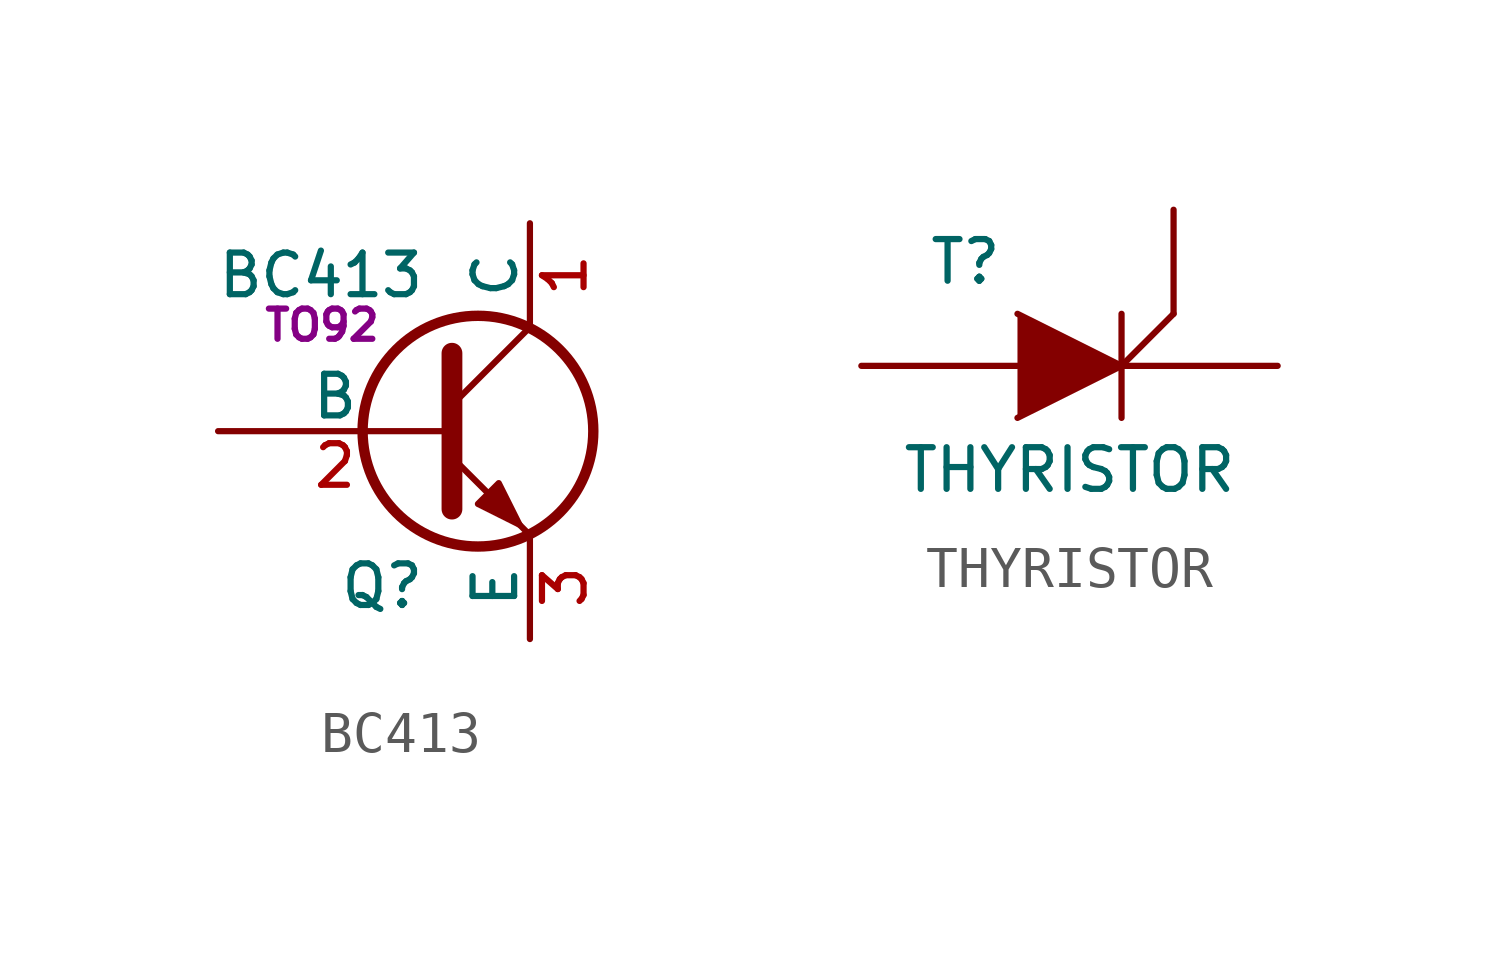
<source format=kicad_sym>
(kicad_symbol_lib
  (version 20241209)
  (generator "kicad_symbol_editor")
  (generator_version "9.0")
  (symbol "BC413"
    (pin_names
      (offset 0))
    (property "Reference" "Q"
      (at 0 -3.785 0)
      (effects (font (size 1.016 1.016)) (justify right)))
    (property "Value" "BC413"
      (at 0 3.81 0)
      (effects (font (size 1.016 1.016)) (justify right)))
    (property "Footprint" "TO92"
      (at -2.54 2.591 0)
      (effects (font (size 0.737 0.737))))
    (property "Datasheet" ""
      (at 0 0 0)
      (effects (font (size 1.524 1.524))))
    (symbol "BC413_0_1"
      (polyline (pts (xy 0.635 1.905) (xy 0.635 -1.905) (xy 0.635 -1.905)) (stroke (width 0.508) (type solid)) (fill (type none)))
      (polyline (pts (xy 0.635 0.635) (xy 2.54 2.54)) (stroke (width 0) (type solid)) (fill (type none)))
      (polyline (pts (xy 0.635 -0.635) (xy 2.54 -2.54) (xy 2.54 -2.54)) (stroke (width 0) (type solid)) (fill (type none)))
      (circle (center 1.27 0) (radius 2.819) (stroke (width 0.254) (type solid)) (fill (type none)))
      (polyline (pts (xy 1.27 -1.778) (xy 1.778 -1.27) (xy 2.286 -2.286) (xy 1.27 -1.778) (xy 1.27 -1.778)) (stroke (width 0) (type solid)) (fill (type outline))))
    (symbol "BC413_1_1"
      (pin input line (at -5.08 0 0) (length 5.715) (name "B" (effects (font (size 1.016 1.016)))) (number "2" (effects (font (size 1.016 1.016)))))
      (pin passive line (at 2.54 5.08 270) (length 2.54) (name "C" (effects (font (size 1.016 1.016)))) (number "1" (effects (font (size 1.016 1.016)))))
      (pin passive line (at 2.54 -5.08 90) (length 2.54) (name "E" (effects (font (size 1.016 1.016)))) (number "3" (effects (font (size 1.016 1.016)))))))
  (symbol "THYRISTOR"
    (pin_numbers
      (hide yes))
    (pin_names
      (offset 1.016)
      (hide yes))
    (property "Reference" "T"
      (at -2.54 2.54 0)
      (effects (font (size 1.016 1.016))))
    (property "Value" "THYRISTOR"
      (at 0 -2.54 0)
      (effects (font (size 1.016 1.016))))
    (property "Footprint" ""
      (at 0 0 0)
      (effects (font (size 1.524 1.524))))
    (property "Datasheet" ""
      (at 0 0 0)
      (effects (font (size 1.524 1.524))))
    (symbol "THYRISTOR_0_1"
      (polyline (pts (xy -1.27 1.27) (xy 1.27 0) (xy -1.27 -1.27)) (stroke (width 0) (type solid)) (fill (type outline)))
      (polyline (pts (xy 1.27 1.27) (xy 1.27 -1.27)) (stroke (width 0) (type solid)) (fill (type none)))
      (polyline (pts (xy 1.27 0) (xy 2.54 1.27) (xy 2.54 1.27) (xy 2.54 1.27)) (stroke (width 0) (type solid)) (fill (type none))))
    (symbol "THYRISTOR_1_1"
      (pin passive line (at -5.08 0 0) (length 3.81) (name "A" (effects (font (size 1.016 1.016)))) (number "A" (effects (font (size 1.016 1.016)))))
      (pin passive line (at 2.54 3.81 270) (length 2.54) (name "G" (effects (font (size 1.016 1.016)))) (number "G" (effects (font (size 1.016 1.016)))))
      (pin passive line (at 5.08 0 180) (length 3.81) (name "K" (effects (font (size 1.016 1.016)))) (number "K" (effects (font (size 1.016 1.016))))))))
</source>
